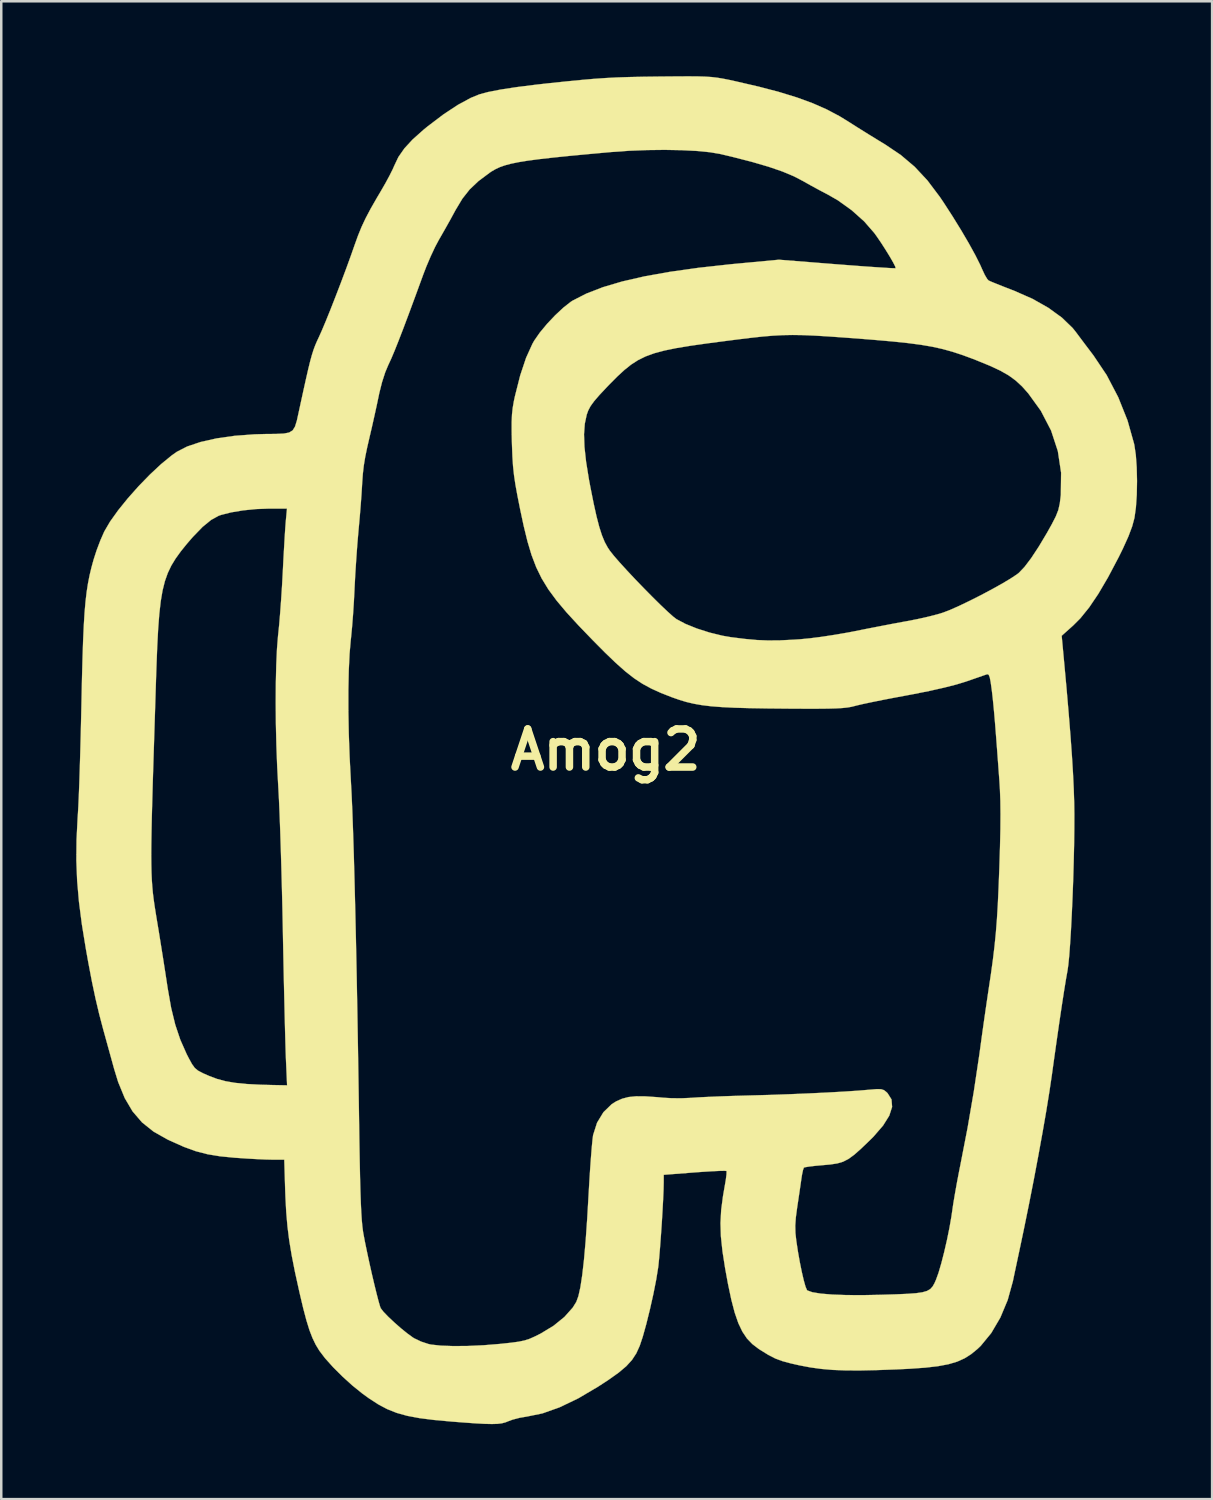
<source format=kicad_pcb>
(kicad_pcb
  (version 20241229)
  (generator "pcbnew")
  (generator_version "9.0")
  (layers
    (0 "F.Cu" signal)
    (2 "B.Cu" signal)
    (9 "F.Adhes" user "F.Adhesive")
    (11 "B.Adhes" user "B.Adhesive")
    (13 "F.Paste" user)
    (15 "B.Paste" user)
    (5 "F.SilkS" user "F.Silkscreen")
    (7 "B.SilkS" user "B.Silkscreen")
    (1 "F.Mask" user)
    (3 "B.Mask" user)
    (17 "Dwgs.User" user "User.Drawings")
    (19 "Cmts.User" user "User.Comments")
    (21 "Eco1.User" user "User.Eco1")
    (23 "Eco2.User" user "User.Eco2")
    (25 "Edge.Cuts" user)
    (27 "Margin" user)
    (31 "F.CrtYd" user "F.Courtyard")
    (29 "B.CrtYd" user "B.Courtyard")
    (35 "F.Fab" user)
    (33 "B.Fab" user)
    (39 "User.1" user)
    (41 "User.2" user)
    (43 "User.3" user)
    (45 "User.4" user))
  (footprint "Amog2"
    (layer "F.Cu")
    (at 21.188 26.954)
    (property "Reference" "Amog2" (at 0 0 0) (layer "F.SilkS") (effects (font (size 1.524 1.524) (thickness 0.3))))
    (attr through_hole)
    (fp_poly (pts (xy 3.696 -26.946) (xy 3.996 -26.937) (xy 4.247 -26.92) (xy 4.472 -26.893) (xy 4.696 -26.856) (xy 4.943 -26.807) (xy 5.189 -26.753) (xy 6.131 -26.535) (xy 6.948 -26.32) (xy 7.66 -26.101) (xy 8.285 -25.872) (xy 8.843 -25.626) (xy 9.355 -25.355) (xy 9.688 -25.151) (xy 10.072 -24.907) (xy 10.514 -24.631) (xy 10.947 -24.365) (xy 11.176 -24.226) (xy 11.806 -23.803) (xy 12.363 -23.331) (xy 12.875 -22.782) (xy 13.37 -22.125) (xy 13.513 -21.914) (xy 13.879 -21.348) (xy 14.224 -20.789) (xy 14.533 -20.262) (xy 14.792 -19.791) (xy 14.988 -19.4) (xy 15.062 -19.232) (xy 15.166 -19.008) (xy 15.266 -18.84) (xy 15.324 -18.779) (xy 15.425 -18.733) (xy 15.633 -18.648) (xy 15.922 -18.533) (xy 16.263 -18.4) (xy 16.365 -18.36) (xy 17.077 -18.047) (xy 17.714 -17.686) (xy 18.257 -17.292) (xy 18.684 -16.879) (xy 18.81 -16.722) (xy 18.975 -16.501) (xy 19.191 -16.213) (xy 19.422 -15.908) (xy 19.516 -15.784) (xy 20.047 -14.992) (xy 20.509 -14.108) (xy 20.881 -13.178) (xy 21.143 -12.247) (xy 21.154 -12.195) (xy 21.213 -11.797) (xy 21.248 -11.303) (xy 21.261 -10.758) (xy 21.251 -10.21) (xy 21.217 -9.706) (xy 21.16 -9.292) (xy 21.157 -9.276) (xy 21.067 -8.941) (xy 20.916 -8.539) (xy 20.695 -8.05) (xy 20.522 -7.7) (xy 20.103 -6.906) (xy 19.713 -6.242) (xy 19.345 -5.697) (xy 18.991 -5.26) (xy 18.702 -4.971) (xy 18.246 -4.563) (xy 18.335 -3.606) (xy 18.44 -2.461) (xy 18.527 -1.447) (xy 18.599 -0.551) (xy 18.656 0.242) (xy 18.699 0.943) (xy 18.729 1.567) (xy 18.747 2.126) (xy 18.753 2.576) (xy 18.751 3.167) (xy 18.743 3.814) (xy 18.727 4.497) (xy 18.707 5.196) (xy 18.681 5.891) (xy 18.651 6.562) (xy 18.619 7.189) (xy 18.584 7.752) (xy 18.549 8.23) (xy 18.512 8.603) (xy 18.477 8.852) (xy 18.476 8.854) (xy 18.419 9.173) (xy 18.345 9.626) (xy 18.256 10.2) (xy 18.154 10.885) (xy 18.041 11.669) (xy 17.918 12.541) (xy 17.851 13.027) (xy 17.754 13.679) (xy 17.63 14.447) (xy 17.481 15.306) (xy 17.313 16.231) (xy 17.131 17.197) (xy 16.938 18.179) (xy 16.74 19.152) (xy 16.586 19.885) (xy 16.501 20.284) (xy 16.413 20.698) (xy 16.335 21.066) (xy 16.294 21.263) (xy 16.085 22.019) (xy 15.792 22.719) (xy 15.428 23.339) (xy 15.007 23.852) (xy 14.88 23.973) (xy 14.627 24.181) (xy 14.362 24.349) (xy 14.065 24.483) (xy 13.718 24.586) (xy 13.298 24.665) (xy 12.788 24.724) (xy 12.167 24.768) (xy 11.648 24.793) (xy 10.85 24.822) (xy 10.172 24.837) (xy 9.591 24.834) (xy 9.083 24.814) (xy 8.624 24.774) (xy 8.189 24.714) (xy 7.756 24.632) (xy 7.402 24.552) (xy 7.067 24.461) (xy 6.788 24.358) (xy 6.511 24.216) (xy 6.183 24.013) (xy 6.119 23.972) (xy 5.869 23.781) (xy 5.654 23.558) (xy 5.47 23.284) (xy 5.308 22.945) (xy 5.162 22.523) (xy 5.026 22.002) (xy 4.892 21.366) (xy 4.78 20.755) (xy 4.673 20.068) (xy 4.61 19.475) (xy 4.593 18.937) (xy 4.621 18.41) (xy 4.694 17.854) (xy 4.757 17.491) (xy 4.805 17.214) (xy 4.833 16.994) (xy 4.837 16.869) (xy 4.832 16.854) (xy 4.75 16.847) (xy 4.548 16.851) (xy 4.251 16.865) (xy 3.881 16.888) (xy 3.558 16.911) (xy 2.322 17.007) (xy 2.321 17.303) (xy 2.315 17.591) (xy 2.298 17.985) (xy 2.273 18.449) (xy 2.243 18.95) (xy 2.208 19.454) (xy 2.173 19.926) (xy 2.139 20.334) (xy 2.108 20.642) (xy 2.098 20.719) (xy 2.02 21.204) (xy 1.907 21.777) (xy 1.77 22.387) (xy 1.622 22.985) (xy 1.481 23.491) (xy 1.361 23.85) (xy 1.224 24.151) (xy 1.051 24.416) (xy 0.823 24.666) (xy 0.52 24.921) (xy 0.123 25.204) (xy -0.305 25.484) (xy -1.099 25.952) (xy -1.844 26.31) (xy -2.528 26.553) (xy -3.139 26.678) (xy -3.439 26.729) (xy -3.73 26.805) (xy -3.882 26.861) (xy -4.012 26.913) (xy -4.154 26.95) (xy -4.328 26.972) (xy -4.553 26.979) (xy -4.85 26.972) (xy -5.237 26.951) (xy -5.735 26.915) (xy -6.169 26.881) (xy -6.871 26.817) (xy -7.454 26.743) (xy -7.944 26.651) (xy -8.367 26.533) (xy -8.748 26.381) (xy -9.113 26.186) (xy -9.489 25.941) (xy -9.755 25.747) (xy -10.142 25.434) (xy -10.539 25.074) (xy -10.914 24.699) (xy -11.233 24.343) (xy -11.459 24.045) (xy -11.605 23.804) (xy -11.734 23.536) (xy -11.856 23.22) (xy -11.976 22.831) (xy -12.104 22.348) (xy -12.246 21.747) (xy -12.265 21.663) (xy -12.434 20.896) (xy -12.565 20.231) (xy -12.664 19.635) (xy -12.735 19.07) (xy -12.784 18.501) (xy -12.816 17.894) (xy -12.825 17.653) (xy -12.863 16.401) (xy -13.344 16.401) (xy -13.601 16.395) (xy -13.959 16.379) (xy -14.37 16.356) (xy -14.792 16.327) (xy -14.841 16.324) (xy -15.432 16.266) (xy -15.936 16.183) (xy -16.403 16.062) (xy -16.881 15.888) (xy -17.419 15.648) (xy -17.546 15.588) (xy -18.096 15.276) (xy -18.554 14.91) (xy -18.932 14.47) (xy -19.246 13.937) (xy -19.51 13.294) (xy -19.671 12.769) (xy -19.79 12.337) (xy -19.923 11.856) (xy -20.049 11.399) (xy -20.111 11.176) (xy -20.269 10.574) (xy -20.416 9.952) (xy -20.559 9.275) (xy -20.705 8.509) (xy -20.799 7.983) (xy -20.962 6.983) (xy -21.078 6.083) (xy -21.151 5.243) (xy -21.183 4.427) (xy -21.181 4.204) (xy -18.186 4.204) (xy -18.183 4.581) (xy -18.176 4.912) (xy -18.163 5.207) (xy -18.144 5.475) (xy -18.121 5.727) (xy -18.091 5.972) (xy -18.056 6.221) (xy -18.015 6.482) (xy -17.969 6.767) (xy -17.916 7.084) (xy -17.881 7.293) (xy -17.802 7.786) (xy -17.711 8.357) (xy -17.62 8.94) (xy -17.539 9.469) (xy -17.528 9.543) (xy -17.39 10.326) (xy -17.225 11.001) (xy -17.022 11.605) (xy -16.77 12.174) (xy -16.677 12.355) (xy -16.554 12.578) (xy -16.445 12.729) (xy -16.312 12.84) (xy -16.116 12.943) (xy -15.864 13.053) (xy -15.551 13.171) (xy -15.216 13.261) (xy -14.834 13.327) (xy -14.378 13.373) (xy -13.822 13.402) (xy -13.324 13.415) (xy -12.75 13.426) (xy -12.797 12.355) (xy -12.807 12.076) (xy -12.819 11.67) (xy -12.833 11.155) (xy -12.848 10.548) (xy -12.864 9.869) (xy -12.881 9.133) (xy -12.897 8.361) (xy -12.913 7.569) (xy -12.919 7.221) (xy -12.936 6.4) (xy -12.956 5.571) (xy -12.978 4.753) (xy -13.001 3.969) (xy -13.025 3.24) (xy -13.049 2.586) (xy -13.073 2.028) (xy -13.096 1.589) (xy -13.102 1.487) (xy -13.146 0.671) (xy -13.178 -0.177) (xy -13.198 -1.033) (xy -13.205 -1.872) (xy -13.202 -2.403) (xy -10.298 -2.403) (xy -10.298 -1.56) (xy -10.282 -0.665) (xy -10.249 0.258) (xy -10.201 1.186) (xy -10.199 1.221) (xy -10.17 1.758) (xy -10.14 2.433) (xy -10.111 3.239) (xy -10.081 4.17) (xy -10.052 5.218) (xy -10.023 6.377) (xy -9.994 7.638) (xy -9.966 8.997) (xy -9.939 10.445) (xy -9.913 11.975) (xy -9.888 13.582) (xy -9.871 14.732) (xy -9.858 15.654) (xy -9.844 16.443) (xy -9.83 17.112) (xy -9.815 17.672) (xy -9.799 18.135) (xy -9.781 18.515) (xy -9.761 18.822) (xy -9.738 19.07) (xy -9.712 19.27) (xy -9.699 19.348) (xy -9.635 19.69) (xy -9.552 20.091) (xy -9.459 20.525) (xy -9.36 20.965) (xy -9.261 21.386) (xy -9.169 21.762) (xy -9.09 22.066) (xy -9.03 22.273) (xy -9.003 22.345) (xy -8.896 22.485) (xy -8.705 22.684) (xy -8.46 22.914) (xy -8.193 23.149) (xy -7.933 23.359) (xy -7.714 23.518) (xy -7.66 23.551) (xy -7.387 23.681) (xy -7.088 23.779) (xy -6.987 23.801) (xy -6.596 23.843) (xy -6.094 23.861) (xy -5.513 23.856) (xy -4.885 23.827) (xy -4.242 23.775) (xy -4.194 23.77) (xy -3.785 23.726) (xy -3.483 23.685) (xy -3.249 23.636) (xy -3.045 23.57) (xy -2.834 23.476) (xy -2.597 23.357) (xy -2.086 23.047) (xy -1.651 22.694) (xy -1.319 22.321) (xy -1.176 22.09) (xy -1.092 21.859) (xy -1.013 21.504) (xy -0.939 21.02) (xy -0.869 20.406) (xy -0.803 19.656) (xy -0.741 18.768) (xy -0.688 17.853) (xy -0.656 17.298) (xy -0.623 16.773) (xy -0.589 16.301) (xy -0.557 15.902) (xy -0.528 15.602) (xy -0.505 15.422) (xy -0.503 15.413) (xy -0.346 14.922) (xy -0.091 14.502) (xy 0.243 14.178) (xy 0.426 14.064) (xy 0.661 13.961) (xy 0.915 13.895) (xy 1.217 13.865) (xy 1.594 13.868) (xy 2.075 13.901) (xy 2.305 13.923) (xy 2.643 13.942) (xy 3.044 13.944) (xy 3.428 13.927) (xy 3.466 13.924) (xy 3.728 13.907) (xy 4.103 13.889) (xy 4.56 13.87) (xy 5.069 13.852) (xy 5.598 13.837) (xy 5.806 13.831) (xy 6.576 13.81) (xy 7.359 13.782) (xy 8.129 13.75) (xy 8.86 13.715) (xy 9.525 13.678) (xy 10.099 13.64) (xy 10.555 13.602) (xy 10.571 13.601) (xy 10.845 13.578) (xy 11.018 13.581) (xy 11.134 13.618) (xy 11.235 13.697) (xy 11.278 13.739) (xy 11.437 13.991) (xy 11.46 14.291) (xy 11.347 14.64) (xy 11.099 15.036) (xy 10.716 15.479) (xy 10.565 15.629) (xy 10.22 15.96) (xy 9.947 16.202) (xy 9.717 16.371) (xy 9.5 16.482) (xy 9.268 16.551) (xy 8.992 16.593) (xy 8.707 16.619) (xy 8.395 16.647) (xy 8.14 16.677) (xy 7.974 16.705) (xy 7.93 16.72) (xy 7.896 16.812) (xy 7.856 16.999) (xy 7.833 17.145) (xy 7.799 17.383) (xy 7.751 17.712) (xy 7.696 18.081) (xy 7.663 18.299) (xy 7.608 18.712) (xy 7.585 19.04) (xy 7.592 19.337) (xy 7.626 19.642) (xy 7.692 20.079) (xy 7.768 20.507) (xy 7.848 20.9) (xy 7.925 21.232) (xy 7.995 21.48) (xy 8.053 21.617) (xy 8.068 21.634) (xy 8.268 21.706) (xy 8.604 21.761) (xy 9.065 21.799) (xy 9.642 21.82) (xy 10.328 21.822) (xy 11.031 21.808) (xy 11.614 21.79) (xy 12.07 21.77) (xy 12.417 21.745) (xy 12.673 21.708) (xy 12.857 21.655) (xy 12.986 21.581) (xy 13.079 21.48) (xy 13.154 21.349) (xy 13.218 21.204) (xy 13.317 20.931) (xy 13.429 20.55) (xy 13.545 20.097) (xy 13.657 19.61) (xy 13.756 19.124) (xy 13.834 18.676) (xy 13.864 18.469) (xy 13.908 18.165) (xy 13.976 17.762) (xy 14.058 17.303) (xy 14.148 16.833) (xy 14.191 16.619) (xy 14.481 15.125) (xy 14.729 13.681) (xy 14.951 12.2) (xy 14.987 11.938) (xy 15.057 11.425) (xy 15.133 10.885) (xy 15.208 10.364) (xy 15.275 9.908) (xy 15.313 9.652) (xy 15.413 8.987) (xy 15.494 8.399) (xy 15.559 7.856) (xy 15.612 7.327) (xy 15.655 6.779) (xy 15.691 6.182) (xy 15.722 5.503) (xy 15.752 4.717) (xy 15.778 3.885) (xy 15.794 3.177) (xy 15.798 2.572) (xy 15.792 2.048) (xy 15.775 1.586) (xy 15.756 1.27) (xy 15.699 0.497) (xy 15.651 -0.148) (xy 15.61 -0.683) (xy 15.575 -1.125) (xy 15.543 -1.492) (xy 15.514 -1.8) (xy 15.487 -2.067) (xy 15.459 -2.31) (xy 15.45 -2.383) (xy 15.406 -2.702) (xy 15.368 -2.899) (xy 15.327 -3) (xy 15.275 -3.025) (xy 15.248 -3.019) (xy 15.134 -2.98) (xy 14.916 -2.904) (xy 14.631 -2.805) (xy 14.405 -2.727) (xy 14.034 -2.614) (xy 13.545 -2.489) (xy 12.964 -2.358) (xy 12.318 -2.229) (xy 12.047 -2.178) (xy 11.548 -2.085) (xy 11.07 -1.993) (xy 10.641 -1.906) (xy 10.288 -1.831) (xy 10.04 -1.773) (xy 9.979 -1.757) (xy 9.835 -1.721) (xy 9.673 -1.693) (xy 9.474 -1.672) (xy 9.22 -1.657) (xy 8.894 -1.648) (xy 8.477 -1.644) (xy 7.95 -1.644) (xy 7.318 -1.647) (xy 6.476 -1.655) (xy 5.762 -1.667) (xy 5.159 -1.684) (xy 4.651 -1.709) (xy 4.221 -1.742) (xy 3.851 -1.787) (xy 3.526 -1.844) (xy 3.228 -1.914) (xy 2.941 -2.001) (xy 2.652 -2.102) (xy 2.211 -2.275) (xy 1.825 -2.45) (xy 1.473 -2.641) (xy 1.134 -2.865) (xy 0.785 -3.138) (xy 0.406 -3.474) (xy -0.026 -3.889) (xy -0.508 -4.375) (xy -1.086 -4.975) (xy -1.569 -5.501) (xy -1.967 -5.975) (xy -2.294 -6.419) (xy -2.561 -6.856) (xy -2.781 -7.306) (xy -2.967 -7.793) (xy -3.13 -8.339) (xy -3.283 -8.965) (xy -3.422 -9.616) (xy -3.531 -10.162) (xy -3.612 -10.606) (xy -3.669 -10.99) (xy -3.708 -11.353) (xy -3.733 -11.736) (xy -3.75 -12.178) (xy -3.753 -12.265) (xy -3.761 -12.627) (xy -0.868 -12.627) (xy -0.851 -12.126) (xy -0.786 -11.531) (xy -0.672 -10.823) (xy -0.613 -10.51) (xy -0.484 -9.863) (xy -0.368 -9.34) (xy -0.259 -8.921) (xy -0.152 -8.587) (xy -0.041 -8.317) (xy 0.081 -8.093) (xy 0.166 -7.966) (xy 0.325 -7.765) (xy 0.56 -7.495) (xy 0.852 -7.175) (xy 1.18 -6.825) (xy 1.527 -6.466) (xy 1.872 -6.116) (xy 2.195 -5.797) (xy 2.478 -5.529) (xy 2.7 -5.33) (xy 2.83 -5.23) (xy 3.189 -5.039) (xy 3.647 -4.854) (xy 4.157 -4.691) (xy 4.673 -4.565) (xy 5.007 -4.507) (xy 5.567 -4.437) (xy 6.047 -4.393) (xy 6.497 -4.375) (xy 6.969 -4.379) (xy 7.513 -4.406) (xy 7.765 -4.422) (xy 8.159 -4.46) (xy 8.645 -4.522) (xy 9.173 -4.603) (xy 9.694 -4.693) (xy 9.942 -4.741) (xy 10.436 -4.84) (xy 10.96 -4.942) (xy 11.463 -5.039) (xy 11.899 -5.12) (xy 12.083 -5.153) (xy 12.49 -5.233) (xy 12.908 -5.327) (xy 13.28 -5.423) (xy 13.498 -5.489) (xy 13.786 -5.6) (xy 14.154 -5.764) (xy 14.574 -5.966) (xy 15.018 -6.19) (xy 15.456 -6.423) (xy 15.861 -6.649) (xy 16.204 -6.854) (xy 16.456 -7.021) (xy 16.535 -7.083) (xy 16.758 -7.317) (xy 17.027 -7.671) (xy 17.331 -8.133) (xy 17.661 -8.686) (xy 17.847 -9.019) (xy 18.009 -9.334) (xy 18.111 -9.592) (xy 18.171 -9.858) (xy 18.212 -10.197) (xy 18.212 -10.201) (xy 18.223 -11.091) (xy 18.093 -11.951) (xy 17.822 -12.777) (xy 17.412 -13.567) (xy 16.91 -14.261) (xy 16.661 -14.541) (xy 16.408 -14.775) (xy 16.126 -14.981) (xy 15.787 -15.174) (xy 15.366 -15.37) (xy 14.838 -15.586) (xy 14.696 -15.642) (xy 14.274 -15.798) (xy 13.877 -15.928) (xy 13.484 -16.037) (xy 13.071 -16.129) (xy 12.616 -16.207) (xy 12.097 -16.275) (xy 11.49 -16.339) (xy 10.773 -16.402) (xy 10.323 -16.438) (xy 9.559 -16.496) (xy 8.917 -16.541) (xy 8.372 -16.574) (xy 7.901 -16.594) (xy 7.479 -16.6) (xy 7.083 -16.593) (xy 6.691 -16.572) (xy 6.276 -16.537) (xy 5.817 -16.487) (xy 5.29 -16.423) (xy 4.899 -16.373) (xy 4.087 -16.267) (xy 3.403 -16.17) (xy 2.83 -16.076) (xy 2.349 -15.977) (xy 1.945 -15.869) (xy 1.599 -15.743) (xy 1.296 -15.594) (xy 1.017 -15.415) (xy 0.747 -15.199) (xy 0.467 -14.941) (xy 0.161 -14.633) (xy 0.048 -14.516) (xy -0.25 -14.198) (xy -0.461 -13.954) (xy -0.604 -13.757) (xy -0.698 -13.582) (xy -0.759 -13.414) (xy -0.837 -13.05) (xy -0.868 -12.627) (xy -3.761 -12.627) (xy -3.763 -12.745) (xy -3.763 -13.118) (xy -3.75 -13.418) (xy -3.721 -13.684) (xy -3.675 -13.952) (xy -3.632 -14.151) (xy -3.42 -14.987) (xy -3.186 -15.687) (xy -2.932 -16.247) (xy -2.86 -16.374) (xy -2.639 -16.692) (xy -2.349 -17.042) (xy -2.022 -17.388) (xy -1.694 -17.694) (xy -1.399 -17.926) (xy -1.319 -17.977) (xy -0.771 -18.257) (xy -0.114 -18.511) (xy 0.658 -18.74) (xy 1.551 -18.945) (xy 2.571 -19.127) (xy 3.722 -19.289) (xy 5.01 -19.431) (xy 5.225 -19.451) (xy 6.931 -19.611) (xy 9.253 -19.427) (xy 9.818 -19.384) (xy 10.334 -19.345) (xy 10.786 -19.314) (xy 11.155 -19.29) (xy 11.424 -19.274) (xy 11.576 -19.269) (xy 11.603 -19.271) (xy 11.583 -19.345) (xy 11.498 -19.511) (xy 11.365 -19.742) (xy 11.199 -20.011) (xy 11.019 -20.291) (xy 10.84 -20.553) (xy 10.746 -20.683) (xy 10.342 -21.146) (xy 9.84 -21.594) (xy 9.286 -21.991) (xy 8.897 -22.214) (xy 8.572 -22.385) (xy 8.238 -22.566) (xy 7.959 -22.723) (xy 7.91 -22.751) (xy 7.529 -22.95) (xy 7.07 -23.142) (xy 6.517 -23.332) (xy 5.857 -23.525) (xy 5.075 -23.726) (xy 4.572 -23.845) (xy 4.167 -23.913) (xy 3.645 -23.964) (xy 3.034 -23.995) (xy 2.361 -24.007) (xy 1.653 -23.999) (xy 0.938 -23.971) (xy 0.243 -23.922) (xy 0.218 -23.92) (xy -0.687 -23.838) (xy -1.46 -23.765) (xy -2.113 -23.698) (xy -2.66 -23.636) (xy -3.113 -23.576) (xy -3.484 -23.516) (xy -3.787 -23.454) (xy -4.034 -23.388) (xy -4.238 -23.316) (xy -4.412 -23.235) (xy -4.568 -23.144) (xy -4.637 -23.098) (xy -5.09 -22.759) (xy -5.443 -22.425) (xy -5.736 -22.054) (xy -6.006 -21.604) (xy -6.014 -21.59) (xy -6.207 -21.234) (xy -6.421 -20.853) (xy -6.616 -20.511) (xy -6.674 -20.411) (xy -6.828 -20.122) (xy -7.003 -19.749) (xy -7.176 -19.343) (xy -7.296 -19.032) (xy -7.608 -18.179) (xy -7.876 -17.454) (xy -8.104 -16.848) (xy -8.296 -16.352) (xy -8.454 -15.956) (xy -8.582 -15.653) (xy -8.684 -15.433) (xy -8.695 -15.411) (xy -8.824 -15.104) (xy -8.951 -14.71) (xy -9.058 -14.286) (xy -9.073 -14.214) (xy -9.156 -13.817) (xy -9.259 -13.348) (xy -9.365 -12.876) (xy -9.432 -12.591) (xy -9.544 -12.107) (xy -9.624 -11.718) (xy -9.68 -11.381) (xy -9.718 -11.051) (xy -9.745 -10.683) (xy -9.756 -10.487) (xy -9.774 -10.203) (xy -9.802 -9.819) (xy -9.838 -9.377) (xy -9.879 -8.919) (xy -9.895 -8.745) (xy -9.94 -8.218) (xy -9.983 -7.618) (xy -10.022 -7.013) (xy -10.05 -6.475) (xy -10.052 -6.423) (xy -10.077 -5.934) (xy -10.111 -5.41) (xy -10.151 -4.906) (xy -10.192 -4.477) (xy -10.202 -4.391) (xy -10.25 -3.841) (xy -10.282 -3.171) (xy -10.298 -2.403) (xy -13.202 -2.403) (xy -13.2 -2.669) (xy -13.183 -3.4) (xy -13.154 -4.041) (xy -13.112 -4.565) (xy -13.103 -4.645) (xy -13.066 -5.008) (xy -13.027 -5.476) (xy -12.988 -6.007) (xy -12.952 -6.561) (xy -12.923 -7.097) (xy -12.922 -7.112) (xy -12.897 -7.609) (xy -12.87 -8.09) (xy -12.845 -8.524) (xy -12.822 -8.88) (xy -12.803 -9.128) (xy -12.8 -9.162) (xy -12.754 -9.652) (xy -13.483 -9.652) (xy -13.995 -9.633) (xy -14.512 -9.581) (xy -14.991 -9.501) (xy -15.385 -9.401) (xy -15.486 -9.366) (xy -15.789 -9.2) (xy -16.133 -8.919) (xy -16.524 -8.515) (xy -16.759 -8.243) (xy -17.003 -7.941) (xy -17.209 -7.656) (xy -17.382 -7.373) (xy -17.524 -7.075) (xy -17.64 -6.748) (xy -17.733 -6.376) (xy -17.807 -5.942) (xy -17.864 -5.433) (xy -17.91 -4.831) (xy -17.947 -4.122) (xy -17.979 -3.29) (xy -17.992 -2.903) (xy -18.031 -1.665) (xy -18.066 -0.562) (xy -18.097 0.416) (xy -18.124 1.278) (xy -18.145 2.035) (xy -18.163 2.696) (xy -18.175 3.271) (xy -18.183 3.77) (xy -18.186 4.204) (xy -21.181 4.204) (xy -21.175 3.597) (xy -21.131 2.713) (xy -21.119 2.54) (xy -21.103 2.263) (xy -21.085 1.861) (xy -21.065 1.354) (xy -21.046 0.761) (xy -21.026 0.101) (xy -21.007 -0.604) (xy -20.99 -1.336) (xy -20.977 -1.923) (xy -20.957 -2.865) (xy -20.935 -3.677) (xy -20.912 -4.374) (xy -20.885 -4.97) (xy -20.854 -5.482) (xy -20.816 -5.924) (xy -20.771 -6.311) (xy -20.717 -6.658) (xy -20.654 -6.981) (xy -20.579 -7.294) (xy -20.492 -7.612) (xy -20.49 -7.618) (xy -20.371 -7.985) (xy -20.223 -8.376) (xy -20.075 -8.714) (xy -20.06 -8.745) (xy -19.832 -9.134) (xy -19.511 -9.583) (xy -19.122 -10.064) (xy -18.689 -10.551) (xy -18.236 -11.017) (xy -17.788 -11.435) (xy -17.369 -11.778) (xy -17.163 -11.924) (xy -16.748 -12.137) (xy -16.21 -12.318) (xy -15.568 -12.462) (xy -14.843 -12.565) (xy -14.054 -12.624) (xy -13.622 -12.636) (xy -13.192 -12.64) (xy -12.882 -12.654) (xy -12.669 -12.695) (xy -12.527 -12.782) (xy -12.432 -12.935) (xy -12.359 -13.171) (xy -12.285 -13.509) (xy -12.248 -13.68) (xy -12.11 -14.314) (xy -11.997 -14.825) (xy -11.904 -15.232) (xy -11.825 -15.553) (xy -11.755 -15.807) (xy -11.69 -16.012) (xy -11.624 -16.188) (xy -11.553 -16.353) (xy -11.492 -16.482) (xy -11.366 -16.762) (xy -11.202 -17.151) (xy -11.011 -17.623) (xy -10.805 -18.149) (xy -10.592 -18.703) (xy -10.385 -19.256) (xy -10.194 -19.782) (xy -10.056 -20.175) (xy -9.913 -20.572) (xy -9.769 -20.926) (xy -9.607 -21.271) (xy -9.409 -21.646) (xy -9.156 -22.088) (xy -9.009 -22.336) (xy -8.823 -22.658) (xy -8.653 -22.972) (xy -8.522 -23.234) (xy -8.463 -23.368) (xy -8.295 -23.722) (xy -8.056 -24.065) (xy -7.729 -24.42) (xy -7.296 -24.807) (xy -7.125 -24.947) (xy -6.499 -25.422) (xy -5.918 -25.806) (xy -5.399 -26.087) (xy -5.058 -26.227) (xy -4.702 -26.323) (xy -4.203 -26.42) (xy -3.562 -26.518) (xy -2.776 -26.617) (xy -2.286 -26.672) (xy -1.585 -26.745) (xy -0.994 -26.803) (xy -0.479 -26.848) (xy -0.005 -26.881) (xy 0.461 -26.905) (xy 0.954 -26.921) (xy 1.509 -26.933) (xy 2.159 -26.941) (xy 2.26 -26.942) (xy 2.852 -26.947) (xy 3.323 -26.949) (xy 3.696 -26.946)) (stroke (width 0.01) (type solid)) (fill yes) (layer "F.SilkS")))
  (gr_rect
    (start -3 -3)
    (end 45.454 56.938)
    (stroke (width 0.1) (type default))
    (fill no)
    (layer "Edge.Cuts")))
</source>
